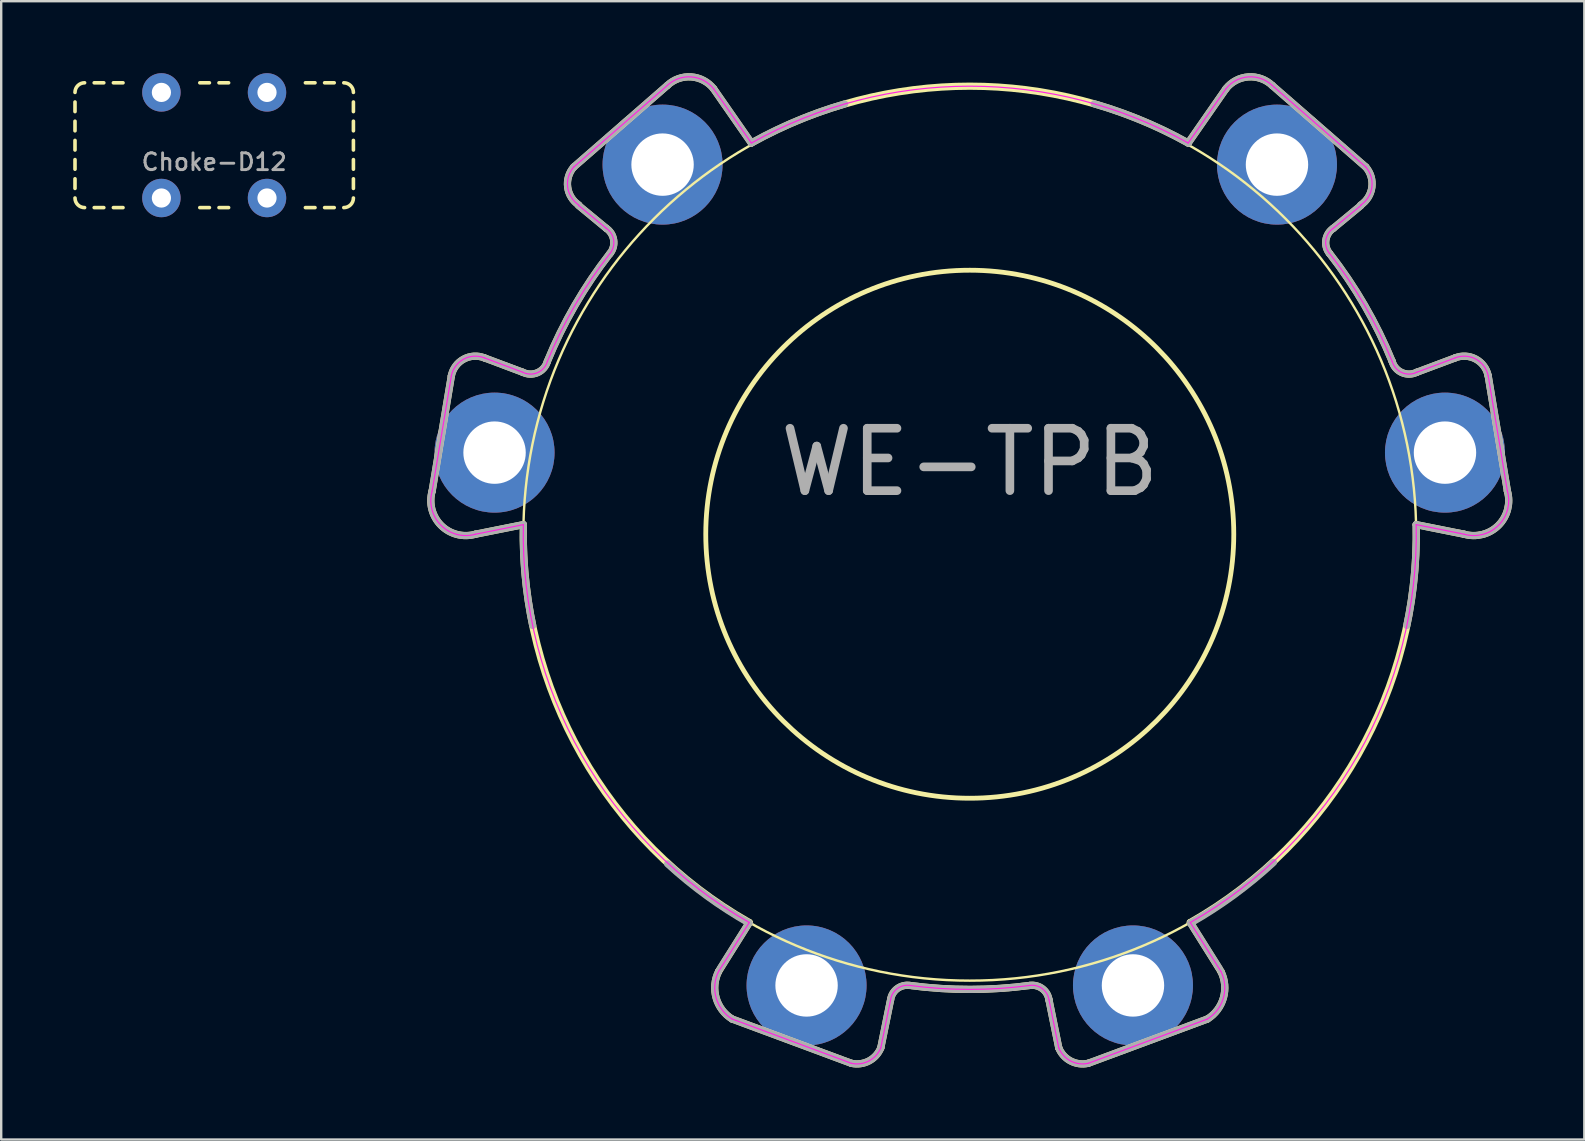
<source format=kicad_pcb>
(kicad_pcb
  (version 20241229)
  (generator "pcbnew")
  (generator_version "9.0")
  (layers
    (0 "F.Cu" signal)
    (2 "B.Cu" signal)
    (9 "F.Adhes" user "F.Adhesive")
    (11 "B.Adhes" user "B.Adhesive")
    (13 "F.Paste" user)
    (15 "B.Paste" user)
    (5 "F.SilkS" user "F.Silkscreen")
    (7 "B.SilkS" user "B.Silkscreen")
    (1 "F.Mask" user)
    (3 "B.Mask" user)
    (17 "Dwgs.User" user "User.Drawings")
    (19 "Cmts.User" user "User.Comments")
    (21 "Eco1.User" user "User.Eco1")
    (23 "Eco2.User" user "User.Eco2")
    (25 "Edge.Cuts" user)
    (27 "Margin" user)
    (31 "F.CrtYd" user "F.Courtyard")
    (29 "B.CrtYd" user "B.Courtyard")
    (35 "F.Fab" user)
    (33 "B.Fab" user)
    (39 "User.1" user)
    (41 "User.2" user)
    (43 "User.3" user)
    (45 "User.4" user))
  (footprint "WE-TPB"
    (layer "F.Cu")
    (at 37.356 19.209)
    (property "Reference" "WE-TPB" (at 0 -3 0) (layer "F.Fab") (effects (font (size 2.6 2.6) (thickness 0.36))))
    (attr through_hole)
    (fp_line (start -22.4 -1.8) (end -21.6 -6.6) (stroke (width 0.3) (type default)) (layer "F.SilkS"))
    (fp_line (start -20.6 0) (end -18.6 -0.4) (stroke (width 0.3) (type default)) (layer "F.SilkS"))
    (fp_line (start -18.626 -6.749) (end -20.221 -7.347) (stroke (width 0.3) (type default)) (layer "F.SilkS"))
    (fp_line (start -16.5 -15.3) (end -12.6 -18.7) (stroke (width 0.3) (type default)) (layer "F.SilkS"))
    (fp_line (start -16.3 -13.7) (end -15.15 -12.75) (stroke (width 0.3) (type default)) (layer "F.SilkS"))
    (fp_line (start -10.673 -18.561) (end -9.1 -16.3) (stroke (width 0.3) (type default)) (layer "F.SilkS"))
    (fp_line (start -9.9 20.2) (end -4.932 22.045) (stroke (width 0.3) (type default)) (layer "F.SilkS"))
    (fp_line (start -9.187 16.178) (end -10.465 18.217) (stroke (width 0.3) (type default)) (layer "F.SilkS"))
    (fp_line (start -3.3 19.4) (end -3.707 21.399) (stroke (width 0.3) (type default)) (layer "F.SilkS"))
    (fp_line (start 3.707 21.399) (end 3.3 19.4) (stroke (width 0.3) (type default)) (layer "F.SilkS"))
    (fp_line (start 4.932 22.045) (end 9.9 20.2) (stroke (width 0.3) (type default)) (layer "F.SilkS"))
    (fp_line (start 9.1 -16.3) (end 10.673 -18.561) (stroke (width 0.3) (type default)) (layer "F.SilkS"))
    (fp_line (start 10.465 18.217) (end 9.187 16.178) (stroke (width 0.3) (type default)) (layer "F.SilkS"))
    (fp_line (start 12.6 -18.7) (end 16.5 -15.3) (stroke (width 0.3) (type default)) (layer "F.SilkS"))
    (fp_line (start 15.15 -12.75) (end 16.3 -13.7) (stroke (width 0.3) (type default)) (layer "F.SilkS"))
    (fp_line (start 18.6 -0.4) (end 20.6 0) (stroke (width 0.3) (type default)) (layer "F.SilkS"))
    (fp_line (start 20.221 -7.347) (end 18.626 -6.749) (stroke (width 0.3) (type default)) (layer "F.SilkS"))
    (fp_line (start 21.6 -6.6) (end 22.4 -1.8) (stroke (width 0.3) (type default)) (layer "F.SilkS"))
    (fp_arc (start -21.599999 -6.6) (mid -21.085736 -7.296692) (end -20.221254 -7.346862) (stroke (width 0.3) (type default)) (layer "F.SilkS"))
    (fp_arc (start -20.6 -0.000001) (mid -22.029561 -0.370438) (end -22.399999 -1.8) (stroke (width 0.3) (type default)) (layer "F.SilkS"))
    (fp_arc (start -17.6 -7.2) (mid -18.006857 -6.733617) (end -18.625576 -6.748847) (stroke (width 0.3) (type default)) (layer "F.SilkS"))
    (fp_arc (start -17.599999 -7.2) (mid -16.45126 -9.537086) (end -14.993988 -11.695311) (stroke (width 0.3) (type default)) (layer "F.SilkS"))
    (fp_arc (start -16.289654 -13.715519) (mid -16.753769 -14.460108) (end -16.5 -15.3) (stroke (width 0.3) (type default)) (layer "F.SilkS"))
    (fp_arc (start -15.15 -12.75) (mid -14.837435 -12.260683) (end -14.986842 -11.699608) (stroke (width 0.3) (type default)) (layer "F.SilkS"))
    (fp_arc (start -12.6 -18.7) (mid -11.605776 -19.055228) (end -10.672884 -18.560881) (stroke (width 0.3) (type default)) (layer "F.SilkS"))
    (fp_arc (start -9.9 20.199999) (mid -10.567934 19.318531) (end -10.465283 18.217358) (stroke (width 0.3) (type default)) (layer "F.SilkS"))
    (fp_arc (start -9.187268 16.17758) (mid -16.178291 9.186016) (end -18.599999 -0.4) (stroke (width 0.3) (type default)) (layer "F.SilkS"))
    (fp_arc (start -9.1 -16.299999) (mid 0 -18.668154) (end 9.1 -16.299999) (stroke (width 0.3) (type default)) (layer "F.SilkS"))
    (fp_arc (start -3.707035 21.398995) (mid -4.201073 21.946703) (end -4.932144 22.044646) (stroke (width 0.3) (type default)) (layer "F.SilkS"))
    (fp_arc (start -3.299999 19.4) (mid -3.024263 18.934315) (end -2.5 18.800001) (stroke (width 0.3) (type default)) (layer "F.SilkS"))
    (fp_arc (start 2.5 18.8) (mid 0 18.965495) (end -2.5 18.800001) (stroke (width 0.3) (type default)) (layer "F.SilkS"))
    (fp_arc (start 2.5 18.800001) (mid 3.024263 18.934315) (end 3.299999 19.4) (stroke (width 0.3) (type default)) (layer "F.SilkS"))
    (fp_arc (start 4.932144 22.044646) (mid 4.201072 21.946704) (end 3.707035 21.398995) (stroke (width 0.3) (type default)) (layer "F.SilkS"))
    (fp_arc (start 10.465283 18.217358) (mid 10.567934 19.318532) (end 9.9 20.199999) (stroke (width 0.3) (type default)) (layer "F.SilkS"))
    (fp_arc (start 10.672884 -18.560881) (mid 11.605776 -19.055228) (end 12.6 -18.7) (stroke (width 0.3) (type default)) (layer "F.SilkS"))
    (fp_arc (start 14.986842 -11.699608) (mid 14.837435 -12.260683) (end 15.15 -12.75) (stroke (width 0.3) (type default)) (layer "F.SilkS"))
    (fp_arc (start 14.993988 -11.695311) (mid 16.45126 -9.537087) (end 17.599999 -7.2) (stroke (width 0.3) (type default)) (layer "F.SilkS"))
    (fp_arc (start 16.5 -15.3) (mid 16.75377 -14.460108) (end 16.289654 -13.715519) (stroke (width 0.3) (type default)) (layer "F.SilkS"))
    (fp_arc (start 18.599999 -0.4) (mid 16.17829 9.186016) (end 9.187268 16.17758) (stroke (width 0.3) (type default)) (layer "F.SilkS"))
    (fp_arc (start 18.625576 -6.748847) (mid 18.006856 -6.733617) (end 17.6 -7.2) (stroke (width 0.3) (type default)) (layer "F.SilkS"))
    (fp_arc (start 20.221254 -7.346862) (mid 21.085736 -7.296692) (end 21.599999 -6.6) (stroke (width 0.3) (type default)) (layer "F.SilkS"))
    (fp_arc (start 22.399999 -1.8) (mid 22.029561 -0.370438) (end 20.6 -0.000001) (stroke (width 0.3) (type default)) (layer "F.SilkS"))
    (fp_circle (center 0 0) (end 11 0) (stroke (width 0.2) (type default)) (fill no) (layer "F.SilkS"))
    (fp_circle (center 0 0) (end 18.6 0) (stroke (width 0.1) (type default)) (fill no) (layer "F.SilkS"))
    (fp_line (start -22.4 -1.8) (end -21.6 -6.6) (stroke (width 0.05) (type default)) (layer "F.CrtYd"))
    (fp_line (start -20.6 0) (end -18.6 -0.4) (stroke (width 0.05) (type default)) (layer "F.CrtYd"))
    (fp_line (start -18.626 -6.749) (end -20.221 -7.347) (stroke (width 0.05) (type default)) (layer "F.CrtYd"))
    (fp_line (start -16.5 -15.3) (end -12.6 -18.7) (stroke (width 0.05) (type default)) (layer "F.CrtYd"))
    (fp_line (start -16.3 -13.7) (end -15.15 -12.75) (stroke (width 0.05) (type default)) (layer "F.CrtYd"))
    (fp_line (start -10.673 -18.561) (end -9.1 -16.3) (stroke (width 0.05) (type default)) (layer "F.CrtYd"))
    (fp_line (start -9.9 20.2) (end -4.932 22.045) (stroke (width 0.05) (type default)) (layer "F.CrtYd"))
    (fp_line (start -9.187 16.178) (end -10.465 18.217) (stroke (width 0.05) (type default)) (layer "F.CrtYd"))
    (fp_line (start -3.3 19.4) (end -3.707 21.399) (stroke (width 0.05) (type default)) (layer "F.CrtYd"))
    (fp_line (start 3.707 21.399) (end 3.3 19.4) (stroke (width 0.05) (type default)) (layer "F.CrtYd"))
    (fp_line (start 4.932 22.045) (end 9.9 20.2) (stroke (width 0.05) (type default)) (layer "F.CrtYd"))
    (fp_line (start 9.1 -16.3) (end 10.673 -18.561) (stroke (width 0.05) (type default)) (layer "F.CrtYd"))
    (fp_line (start 10.465 18.217) (end 9.187 16.178) (stroke (width 0.05) (type default)) (layer "F.CrtYd"))
    (fp_line (start 12.6 -18.7) (end 16.5 -15.3) (stroke (width 0.05) (type default)) (layer "F.CrtYd"))
    (fp_line (start 15.15 -12.75) (end 16.3 -13.7) (stroke (width 0.05) (type default)) (layer "F.CrtYd"))
    (fp_line (start 18.6 -0.4) (end 20.6 0) (stroke (width 0.05) (type default)) (layer "F.CrtYd"))
    (fp_line (start 20.221 -7.347) (end 18.626 -6.749) (stroke (width 0.05) (type default)) (layer "F.CrtYd"))
    (fp_line (start 21.6 -6.6) (end 22.4 -1.8) (stroke (width 0.05) (type default)) (layer "F.CrtYd"))
    (fp_arc (start -21.599999 -6.6) (mid -21.085736 -7.296692) (end -20.221254 -7.346862) (stroke (width 0.05) (type default)) (layer "F.CrtYd"))
    (fp_arc (start -20.6 -0.000001) (mid -22.029561 -0.370438) (end -22.399999 -1.8) (stroke (width 0.05) (type default)) (layer "F.CrtYd"))
    (fp_arc (start -17.6 -7.2) (mid -18.006856 -6.733617) (end -18.625576 -6.748847) (stroke (width 0.05) (type default)) (layer "F.CrtYd"))
    (fp_arc (start -17.599999 -7.2) (mid -16.45126 -9.537087) (end -14.993988 -11.695311) (stroke (width 0.05) (type default)) (layer "F.CrtYd"))
    (fp_arc (start -16.289654 -13.715519) (mid -16.753769 -14.460108) (end -16.5 -15.3) (stroke (width 0.05) (type default)) (layer "F.CrtYd"))
    (fp_arc (start -15.15 -12.75) (mid -14.837435 -12.260683) (end -14.986842 -11.699608) (stroke (width 0.05) (type default)) (layer "F.CrtYd"))
    (fp_arc (start -12.6 -18.7) (mid -11.605776 -19.055228) (end -10.672884 -18.560881) (stroke (width 0.05) (type default)) (layer "F.CrtYd"))
    (fp_arc (start -9.9 20.199999) (mid -10.567934 19.318532) (end -10.465283 18.217358) (stroke (width 0.05) (type default)) (layer "F.CrtYd"))
    (fp_arc (start -9.187268 16.17758) (mid -16.178291 9.186016) (end -18.599999 -0.4) (stroke (width 0.05) (type default)) (layer "F.CrtYd"))
    (fp_arc (start -9.1 -16.299999) (mid 0 -18.668154) (end 9.1 -16.299999) (stroke (width 0.05) (type default)) (layer "F.CrtYd"))
    (fp_arc (start -3.707035 21.398995) (mid -4.201073 21.946703) (end -4.932144 22.044646) (stroke (width 0.05) (type default)) (layer "F.CrtYd"))
    (fp_arc (start -3.299999 19.4) (mid -3.024263 18.934315) (end -2.5 18.800001) (stroke (width 0.05) (type default)) (layer "F.CrtYd"))
    (fp_arc (start 2.5 18.8) (mid 0 18.965495) (end -2.5 18.800001) (stroke (width 0.05) (type default)) (layer "F.CrtYd"))
    (fp_arc (start 2.5 18.800001) (mid 3.024263 18.934315) (end 3.299999 19.4) (stroke (width 0.05) (type default)) (layer "F.CrtYd"))
    (fp_arc (start 4.932144 22.044646) (mid 4.201072 21.946704) (end 3.707035 21.398995) (stroke (width 0.05) (type default)) (layer "F.CrtYd"))
    (fp_arc (start 10.465283 18.217358) (mid 10.567934 19.318532) (end 9.9 20.199999) (stroke (width 0.05) (type default)) (layer "F.CrtYd"))
    (fp_arc (start 10.672884 -18.560881) (mid 11.605776 -19.055227) (end 12.6 -18.7) (stroke (width 0.05) (type default)) (layer "F.CrtYd"))
    (fp_arc (start 14.986842 -11.699608) (mid 14.837435 -12.260683) (end 15.15 -12.75) (stroke (width 0.05) (type default)) (layer "F.CrtYd"))
    (fp_arc (start 14.993988 -11.695311) (mid 16.45126 -9.537087) (end 17.599999 -7.2) (stroke (width 0.05) (type default)) (layer "F.CrtYd"))
    (fp_arc (start 16.5 -15.3) (mid 16.75377 -14.460108) (end 16.289654 -13.715519) (stroke (width 0.05) (type default)) (layer "F.CrtYd"))
    (fp_arc (start 18.599999 -0.4) (mid 16.17829 9.186016) (end 9.187268 16.17758) (stroke (width 0.05) (type default)) (layer "F.CrtYd"))
    (fp_arc (start 18.625576 -6.748847) (mid 18.006857 -6.733617) (end 17.6 -7.2) (stroke (width 0.05) (type default)) (layer "F.CrtYd"))
    (fp_arc (start 20.221254 -7.346862) (mid 21.085736 -7.296692) (end 21.599999 -6.6) (stroke (width 0.05) (type default)) (layer "F.CrtYd"))
    (fp_arc (start 22.399999 -1.8) (mid 22.029562 -0.370438) (end 20.6 -0.000001) (stroke (width 0.05) (type default)) (layer "F.CrtYd"))
    (fp_line (start -22.4 -1.8) (end -21.6 -6.6) (stroke (width 0.3) (type default)) (layer "F.Fab"))
    (fp_line (start -20.6 0) (end -18.6 -0.4) (stroke (width 0.3) (type default)) (layer "F.Fab"))
    (fp_line (start -18.626 -6.749) (end -20.221 -7.347) (stroke (width 0.3) (type default)) (layer "F.Fab"))
    (fp_line (start -16.5 -15.3) (end -12.6 -18.7) (stroke (width 0.3) (type default)) (layer "F.Fab"))
    (fp_line (start -16.3 -13.7) (end -15.15 -12.75) (stroke (width 0.3) (type default)) (layer "F.Fab"))
    (fp_line (start -10.673 -18.561) (end -9.1 -16.3) (stroke (width 0.3) (type default)) (layer "F.Fab"))
    (fp_line (start -9.9 20.2) (end -4.932 22.045) (stroke (width 0.3) (type default)) (layer "F.Fab"))
    (fp_line (start -9.2 16.2) (end -10.4 18.1) (stroke (width 0.3) (type default)) (layer "F.Fab"))
    (fp_line (start -3.3 19.4) (end -3.707 21.399) (stroke (width 0.3) (type default)) (layer "F.Fab"))
    (fp_line (start 3.707 21.399) (end 3.3 19.4) (stroke (width 0.3) (type default)) (layer "F.Fab"))
    (fp_line (start 4.932 22.045) (end 9.9 20.2) (stroke (width 0.3) (type default)) (layer "F.Fab"))
    (fp_line (start 9.1 -16.3) (end 10.673 -18.561) (stroke (width 0.3) (type default)) (layer "F.Fab"))
    (fp_line (start 10.4 18.1) (end 9.2 16.2) (stroke (width 0.3) (type default)) (layer "F.Fab"))
    (fp_line (start 12.6 -18.7) (end 16.5 -15.3) (stroke (width 0.3) (type default)) (layer "F.Fab"))
    (fp_line (start 15.15 -12.75) (end 16.3 -13.7) (stroke (width 0.3) (type default)) (layer "F.Fab"))
    (fp_line (start 18.6 -0.4) (end 20.6 0) (stroke (width 0.3) (type default)) (layer "F.Fab"))
    (fp_line (start 20.221 -7.347) (end 18.626 -6.749) (stroke (width 0.3) (type default)) (layer "F.Fab"))
    (fp_line (start 21.6 -6.6) (end 22.4 -1.8) (stroke (width 0.3) (type default)) (layer "F.Fab"))
    (fp_arc (start -21.599999 -6.6) (mid -21.085736 -7.296692) (end -20.221254 -7.346862) (stroke (width 0.3) (type default)) (layer "F.Fab"))
    (fp_arc (start -20.6 -0.000001) (mid -22.029561 -0.370439) (end -22.399999 -1.8) (stroke (width 0.3) (type default)) (layer "F.Fab"))
    (fp_arc (start -18.211579 3.802418) (mid -18.525338 1.712259) (end -18.599999 -0.4) (stroke (width 0.3) (type default)) (layer "F.Fab"))
    (fp_arc (start -17.6 -7.2) (mid -18.006857 -6.733617) (end -18.625576 -6.748847) (stroke (width 0.3) (type default)) (layer "F.Fab"))
    (fp_arc (start -17.599999 -7.2) (mid -16.45126 -9.537086) (end -14.993988 -11.695311) (stroke (width 0.3) (type default)) (layer "F.Fab"))
    (fp_arc (start -16.289654 -13.715519) (mid -16.753769 -14.460108) (end -16.5 -15.3) (stroke (width 0.3) (type default)) (layer "F.Fab"))
    (fp_arc (start -15.15 -12.75) (mid -14.837435 -12.260683) (end -14.986842 -11.699608) (stroke (width 0.3) (type default)) (layer "F.Fab"))
    (fp_arc (start -12.6 -18.7) (mid -11.605777 -19.055227) (end -10.672884 -18.560881) (stroke (width 0.3) (type default)) (layer "F.Fab"))
    (fp_arc (start -9.9 20.199999) (mid -10.567934 19.318532) (end -10.465283 18.217358) (stroke (width 0.3) (type default)) (layer "F.Fab"))
    (fp_arc (start -9.2 16.2) (mid -10.963997 15.06223) (end -12.588806 13.733243) (stroke (width 0.3) (type default)) (layer "F.Fab"))
    (fp_arc (start -9.1 -16.299999) (mid -7.201579 -17.22316) (end -5.211073 -17.92609) (stroke (width 0.3) (type default)) (layer "F.Fab"))
    (fp_arc (start -3.707035 21.398995) (mid -4.201073 21.946704) (end -4.932144 22.044646) (stroke (width 0.3) (type default)) (layer "F.Fab"))
    (fp_arc (start -3.299999 19.4) (mid -3.024263 18.934315) (end -2.5 18.800001) (stroke (width 0.3) (type default)) (layer "F.Fab"))
    (fp_arc (start 2.5 18.8) (mid 0.049598 18.96543) (end -2.401636 18.812819) (stroke (width 0.3) (type default)) (layer "F.Fab"))
    (fp_arc (start 2.5 18.800001) (mid 3.024263 18.934315) (end 3.299999 19.4) (stroke (width 0.3) (type default)) (layer "F.Fab"))
    (fp_arc (start 4.932144 22.044646) (mid 4.201073 21.946704) (end 3.707035 21.398995) (stroke (width 0.3) (type default)) (layer "F.Fab"))
    (fp_arc (start 5.185584 -17.93348) (mid 7.189335 -17.228275) (end 9.1 -16.299999) (stroke (width 0.3) (type default)) (layer "F.Fab"))
    (fp_arc (start 10.465283 18.217358) (mid 10.567934 19.318532) (end 9.9 20.199999) (stroke (width 0.3) (type default)) (layer "F.Fab"))
    (fp_arc (start 10.672884 -18.560881) (mid 11.605776 -19.055227) (end 12.6 -18.7) (stroke (width 0.3) (type default)) (layer "F.Fab"))
    (fp_arc (start 12.653358 13.67379) (mid 10.999443 15.036364) (end 9.2 16.2) (stroke (width 0.3) (type default)) (layer "F.Fab"))
    (fp_arc (start 14.986842 -11.699608) (mid 14.837436 -12.260683) (end 15.15 -12.75) (stroke (width 0.3) (type default)) (layer "F.Fab"))
    (fp_arc (start 14.993988 -11.695311) (mid 16.45126 -9.537087) (end 17.599999 -7.2) (stroke (width 0.3) (type default)) (layer "F.Fab"))
    (fp_arc (start 16.5 -15.3) (mid 16.75377 -14.460108) (end 16.289654 -13.715519) (stroke (width 0.3) (type default)) (layer "F.Fab"))
    (fp_arc (start 18.599999 -0.4) (mid 18.525338 1.712259) (end 18.211579 3.802418) (stroke (width 0.3) (type default)) (layer "F.Fab"))
    (fp_arc (start 18.625576 -6.748847) (mid 18.006857 -6.733617) (end 17.6 -7.2) (stroke (width 0.3) (type default)) (layer "F.Fab"))
    (fp_arc (start 20.221254 -7.346862) (mid 21.085736 -7.296692) (end 21.599999 -6.6) (stroke (width 0.3) (type default)) (layer "F.Fab"))
    (fp_arc (start 22.399999 -1.8) (mid 22.029562 -0.370438) (end 20.6 -0.000001) (stroke (width 0.3) (type default)) (layer "F.Fab"))
    (pad "1" thru_hole circle (at 12.8 -15.4) (size 5 5) (drill 2.6) (layers "*.Cu" "*.Mask"))
    (pad "2" thru_hole circle (at -12.8 -15.4) (size 5 5) (drill 2.6) (layers "*.Cu" "*.Mask"))
    (pad "3" thru_hole circle (at -19.8 -3.4) (size 5 5) (drill 2.6) (layers "*.Cu" "*.Mask"))
    (pad "4" thru_hole circle (at -6.8 18.8) (size 5 5) (drill 2.6) (layers "*.Cu" "*.Mask"))
    (pad "5" thru_hole circle (at 6.8 18.8) (size 5 5) (drill 2.6) (layers "*.Cu" "*.Mask"))
    (pad "6" thru_hole circle (at 19.8 -3.4) (size 5 5) (drill 2.6) (layers "*.Cu" "*.Mask")))
  (footprint "Choke-D12"
    (layer "F.Cu")
    (at 5.875 3)
    (property "Reference" "Choke-D12" (at 0 0.7 0) (unlocked yes) (layer "F.Fab") (effects (font (size 0.7 0.7) (thickness 0.12) (bold yes))))
    (attr smd)
    (fp_line (start -5.8 -1.4) (end -5.8 -1.8) (stroke (width 0.15) (type default)) (layer "F.SilkS"))
    (fp_line (start -5.8 -0.6) (end -5.8 -1) (stroke (width 0.15) (type default)) (layer "F.SilkS"))
    (fp_line (start -5.8 0.2) (end -5.8 -0.2) (stroke (width 0.15) (type default)) (layer "F.SilkS"))
    (fp_line (start -5.8 1) (end -5.8 0.6) (stroke (width 0.15) (type default)) (layer "F.SilkS"))
    (fp_line (start -5.8 1.8) (end -5.8 1.4) (stroke (width 0.15) (type default)) (layer "F.SilkS"))
    (fp_line (start -4.6 -2.6) (end -5 -2.6) (stroke (width 0.15) (type default)) (layer "F.SilkS"))
    (fp_line (start -4.6 2.6) (end -5 2.6) (stroke (width 0.15) (type default)) (layer "F.SilkS"))
    (fp_line (start -3.8 -2.6) (end -4.2 -2.6) (stroke (width 0.15) (type default)) (layer "F.SilkS"))
    (fp_line (start -3.8 2.6) (end -4.2 2.6) (stroke (width 0.15) (type default)) (layer "F.SilkS"))
    (fp_line (start -0.2 -2.6) (end -0.6 -2.6) (stroke (width 0.15) (type default)) (layer "F.SilkS"))
    (fp_line (start -0.2 2.6) (end -0.6 2.6) (stroke (width 0.15) (type default)) (layer "F.SilkS"))
    (fp_line (start 0.6 -2.6) (end 0.2 -2.6) (stroke (width 0.15) (type default)) (layer "F.SilkS"))
    (fp_line (start 0.6 2.6) (end 0.2 2.6) (stroke (width 0.15) (type default)) (layer "F.SilkS"))
    (fp_line (start 4.2 -2.6) (end 3.8 -2.6) (stroke (width 0.15) (type default)) (layer "F.SilkS"))
    (fp_line (start 4.2 2.6) (end 3.8 2.6) (stroke (width 0.15) (type default)) (layer "F.SilkS"))
    (fp_line (start 5 -2.6) (end 4.6 -2.6) (stroke (width 0.15) (type default)) (layer "F.SilkS"))
    (fp_line (start 5 2.6) (end 4.6 2.6) (stroke (width 0.15) (type default)) (layer "F.SilkS"))
    (fp_line (start 5.8 -1.4) (end 5.8 -1.8) (stroke (width 0.15) (type default)) (layer "F.SilkS"))
    (fp_line (start 5.8 -0.6) (end 5.8 -1) (stroke (width 0.15) (type default)) (layer "F.SilkS"))
    (fp_line (start 5.8 0.2) (end 5.8 -0.2) (stroke (width 0.15) (type default)) (layer "F.SilkS"))
    (fp_line (start 5.8 1) (end 5.8 0.6) (stroke (width 0.15) (type default)) (layer "F.SilkS"))
    (fp_line (start 5.8 1.8) (end 5.8 1.4) (stroke (width 0.15) (type default)) (layer "F.SilkS"))
    (fp_arc (start -5.799999 -2.199999) (mid -5.682842 -2.482842) (end -5.399999 -2.599999) (stroke (width 0.15) (type default)) (layer "F.SilkS"))
    (fp_arc (start -5.399999 2.599999) (mid -5.682842 2.482842) (end -5.799999 2.199999) (stroke (width 0.15) (type default)) (layer "F.SilkS"))
    (fp_arc (start 5.4 -2.6) (mid 5.682843 -2.482843) (end 5.8 -2.2) (stroke (width 0.15) (type default)) (layer "F.SilkS"))
    (fp_arc (start 5.799999 2.199999) (mid 5.682842 2.482842) (end 5.399999 2.599999) (stroke (width 0.15) (type default)) (layer "F.SilkS"))
    (pad "1" thru_hole circle (at -2.2 -2.2) (size 1.6 1.6) (drill 0.8) (layers "*.Cu" "*.Mask"))
    (pad "2" thru_hole circle (at 2.2 -2.2) (size 1.6 1.6) (drill 0.8) (layers "*.Cu" "*.Mask"))
    (pad "3" thru_hole circle (at -2.2 2.2) (size 1.6 1.6) (drill 0.8) (layers "*.Cu" "*.Mask"))
    (pad "4" thru_hole circle (at 2.2 2.2) (size 1.6 1.6) (drill 0.8) (layers "*.Cu" "*.Mask")))
  (gr_rect
    (start -3 -3)
    (end 62.962 44.429)
    (stroke (width 0.1) (type default))
    (fill no)
    (layer "Edge.Cuts")))
</source>
